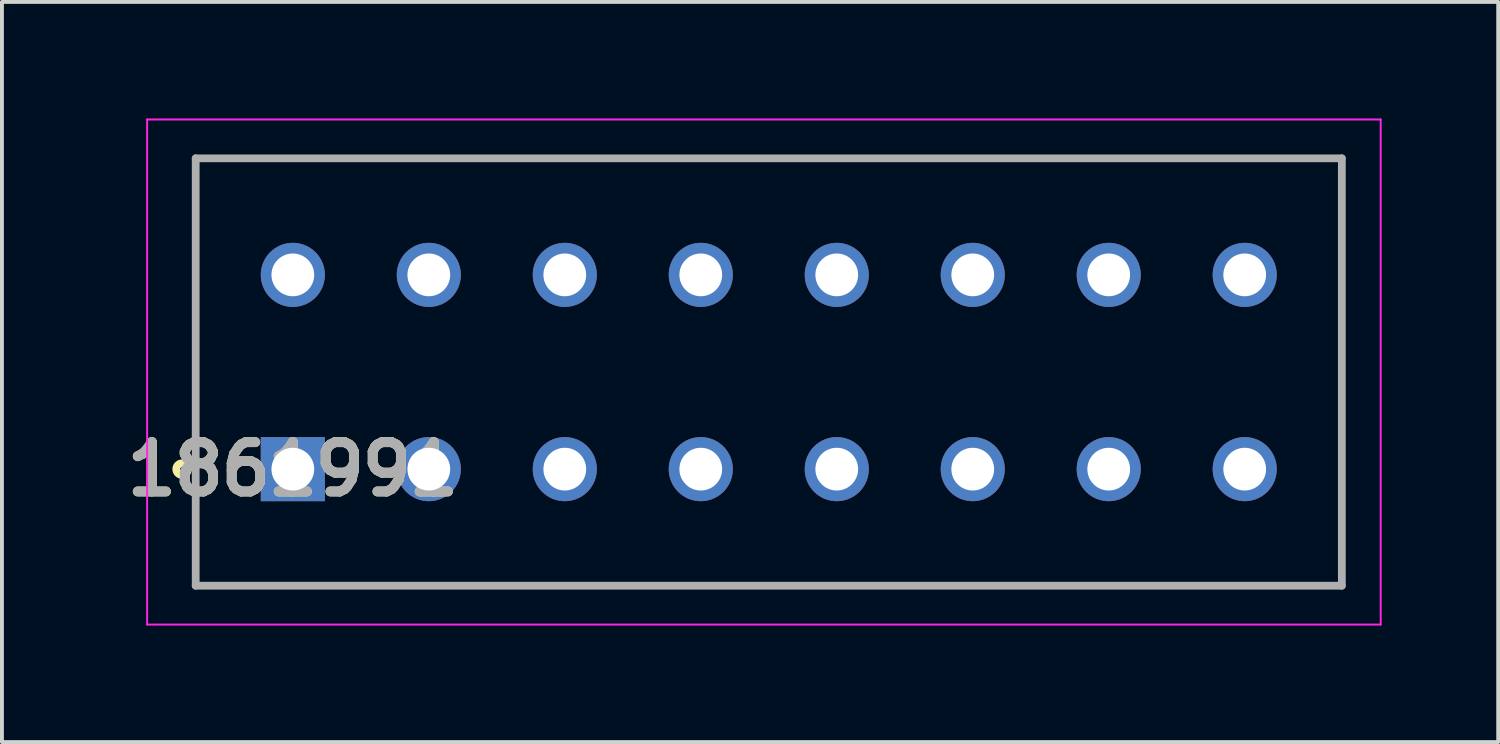
<source format=kicad_pcb>
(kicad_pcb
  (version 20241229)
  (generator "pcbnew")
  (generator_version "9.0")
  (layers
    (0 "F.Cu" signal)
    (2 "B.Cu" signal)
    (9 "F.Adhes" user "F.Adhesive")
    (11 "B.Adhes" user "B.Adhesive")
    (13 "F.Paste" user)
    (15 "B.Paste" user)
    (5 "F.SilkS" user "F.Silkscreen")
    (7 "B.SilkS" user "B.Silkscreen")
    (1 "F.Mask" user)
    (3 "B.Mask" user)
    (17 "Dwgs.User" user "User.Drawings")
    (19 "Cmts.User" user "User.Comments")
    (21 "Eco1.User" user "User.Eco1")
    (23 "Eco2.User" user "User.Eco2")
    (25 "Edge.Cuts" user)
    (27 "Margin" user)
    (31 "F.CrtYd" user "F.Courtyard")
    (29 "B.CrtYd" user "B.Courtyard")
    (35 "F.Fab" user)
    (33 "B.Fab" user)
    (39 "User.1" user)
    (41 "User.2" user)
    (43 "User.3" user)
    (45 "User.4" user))
  (footprint "1861991"
    (layer "F.Cu")
    (at 4.487 9.025)
    (property "Reference" "1861991" (at 0 0 0) (layer "F.SilkS") (effects (font (size 1.27 1.27) (thickness 0.254))))
    (attr through_hole)
    (fp_line (start -2.5 -8) (end 27 -8) (stroke (width 0.1) (type solid)) (layer "F.SilkS"))
    (fp_line (start -2.5 3) (end -2.5 -8) (stroke (width 0.1) (type solid)) (layer "F.SilkS"))
    (fp_line (start 27 -8) (end 27 3) (stroke (width 0.1) (type solid)) (layer "F.SilkS"))
    (fp_line (start 27 3) (end -2.5 3) (stroke (width 0.1) (type solid)) (layer "F.SilkS"))
    (fp_circle (center -2.85 0) (end -2.85 0.05) (stroke (width 0.2) (type solid)) (fill no) (layer "F.SilkS"))
    (fp_line (start -3.75 -9) (end 28 -9) (stroke (width 0.05) (type solid)) (layer "F.CrtYd"))
    (fp_line (start -3.75 4) (end -3.75 -9) (stroke (width 0.05) (type solid)) (layer "F.CrtYd"))
    (fp_line (start 28 -9) (end 28 4) (stroke (width 0.05) (type solid)) (layer "F.CrtYd"))
    (fp_line (start 28 4) (end -3.75 4) (stroke (width 0.05) (type solid)) (layer "F.CrtYd"))
    (fp_line (start -2.5 -8) (end 27 -8) (stroke (width 0.2) (type solid)) (layer "F.Fab"))
    (fp_line (start -2.5 3) (end -2.5 -8) (stroke (width 0.2) (type solid)) (layer "F.Fab"))
    (fp_line (start 27 -8) (end 27 3) (stroke (width 0.2) (type solid)) (layer "F.Fab"))
    (fp_line (start 27 3) (end -2.5 3) (stroke (width 0.2) (type solid)) (layer "F.Fab"))
    (fp_text user "${REFERENCE}" (at 0 0 0) (layer "F.Fab") (effects (font (size 1.27 1.27) (thickness 0.254))))
    (pad "1" thru_hole rect (at 0 0) (size 1.65 1.65) (drill 1.1) (layers "*.Cu" "*.Mask"))
    (pad "2" thru_hole circle (at 0 -5) (size 1.65 1.65) (drill 1.1) (layers "*.Cu" "*.Mask"))
    (pad "3" thru_hole circle (at 3.5 0) (size 1.65 1.65) (drill 1.1) (layers "*.Cu" "*.Mask"))
    (pad "4" thru_hole circle (at 3.5 -5) (size 1.65 1.65) (drill 1.1) (layers "*.Cu" "*.Mask"))
    (pad "5" thru_hole circle (at 7 0) (size 1.65 1.65) (drill 1.1) (layers "*.Cu" "*.Mask"))
    (pad "6" thru_hole circle (at 7 -5) (size 1.65 1.65) (drill 1.1) (layers "*.Cu" "*.Mask"))
    (pad "7" thru_hole circle (at 10.5 0) (size 1.65 1.65) (drill 1.1) (layers "*.Cu" "*.Mask"))
    (pad "8" thru_hole circle (at 10.5 -5) (size 1.65 1.65) (drill 1.1) (layers "*.Cu" "*.Mask"))
    (pad "9" thru_hole circle (at 14 0) (size 1.65 1.65) (drill 1.1) (layers "*.Cu" "*.Mask"))
    (pad "10" thru_hole circle (at 14 -5) (size 1.65 1.65) (drill 1.1) (layers "*.Cu" "*.Mask"))
    (pad "11" thru_hole circle (at 17.5 0) (size 1.65 1.65) (drill 1.1) (layers "*.Cu" "*.Mask"))
    (pad "12" thru_hole circle (at 17.5 -5) (size 1.65 1.65) (drill 1.1) (layers "*.Cu" "*.Mask"))
    (pad "13" thru_hole circle (at 21 0) (size 1.65 1.65) (drill 1.1) (layers "*.Cu" "*.Mask"))
    (pad "14" thru_hole circle (at 21 -5) (size 1.65 1.65) (drill 1.1) (layers "*.Cu" "*.Mask"))
    (pad "15" thru_hole circle (at 24.5 0) (size 1.65 1.65) (drill 1.1) (layers "*.Cu" "*.Mask"))
    (pad "16" thru_hole circle (at 24.5 -5) (size 1.65 1.65) (drill 1.1) (layers "*.Cu" "*.Mask")))
  (gr_rect
    (start -3 -3)
    (end 35.512 16.05)
    (stroke (width 0.1) (type default))
    (fill no)
    (layer "Edge.Cuts")))
</source>
